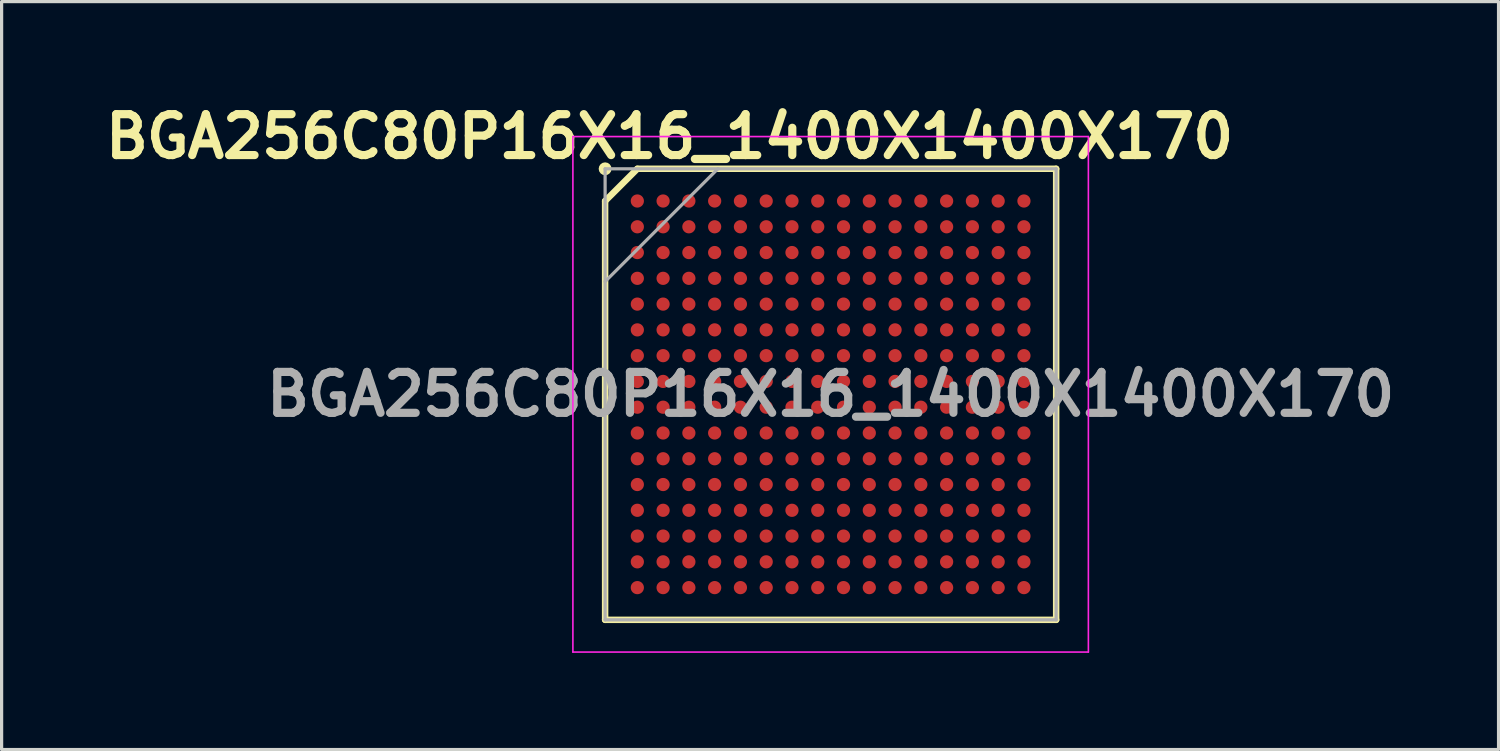
<source format=kicad_pcb>
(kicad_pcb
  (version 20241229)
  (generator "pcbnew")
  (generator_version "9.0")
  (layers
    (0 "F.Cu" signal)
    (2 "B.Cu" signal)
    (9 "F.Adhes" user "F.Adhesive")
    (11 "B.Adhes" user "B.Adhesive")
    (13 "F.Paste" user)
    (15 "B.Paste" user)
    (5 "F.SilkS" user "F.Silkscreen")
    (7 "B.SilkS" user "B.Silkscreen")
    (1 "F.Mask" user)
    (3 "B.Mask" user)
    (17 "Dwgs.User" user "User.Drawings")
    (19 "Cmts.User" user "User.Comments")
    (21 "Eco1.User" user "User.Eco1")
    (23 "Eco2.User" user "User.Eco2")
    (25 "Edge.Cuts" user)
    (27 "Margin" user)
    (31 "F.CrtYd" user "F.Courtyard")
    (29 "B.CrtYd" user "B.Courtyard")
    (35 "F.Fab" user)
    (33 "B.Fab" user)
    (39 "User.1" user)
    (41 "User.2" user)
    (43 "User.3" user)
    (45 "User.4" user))
  (footprint "BGA256C80P16X16_1400X1400X170"
    (layer "F.Cu")
    (at 22.732 9.189)
    (property "Reference" "BGA256C80P16X16_1400X1400X170" (at -5 -8 0) (layer "F.SilkS") (effects (font (size 1.27 1.27) (thickness 0.254))))
    (attr smd)
    (fp_line (start -7 -6) (end -6 -7) (stroke (width 0.2) (type solid)) (layer "F.SilkS"))
    (fp_line (start -7 7) (end -7 -6) (stroke (width 0.2) (type solid)) (layer "F.SilkS"))
    (fp_line (start -6 -7) (end 7 -7) (stroke (width 0.2) (type solid)) (layer "F.SilkS"))
    (fp_line (start 7 -7) (end 7 7) (stroke (width 0.2) (type solid)) (layer "F.SilkS"))
    (fp_line (start 7 7) (end -7 7) (stroke (width 0.2) (type solid)) (layer "F.SilkS"))
    (fp_circle (center -7 -7) (end -7 -6.9) (stroke (width 0.2) (type solid)) (fill no) (layer "F.SilkS"))
    (fp_line (start -8 -8) (end 8 -8) (stroke (width 0.05) (type solid)) (layer "F.CrtYd"))
    (fp_line (start -8 8) (end -8 -8) (stroke (width 0.05) (type solid)) (layer "F.CrtYd"))
    (fp_line (start 8 -8) (end 8 8) (stroke (width 0.05) (type solid)) (layer "F.CrtYd"))
    (fp_line (start 8 8) (end -8 8) (stroke (width 0.05) (type solid)) (layer "F.CrtYd"))
    (fp_line (start -7 -7) (end 7 -7) (stroke (width 0.1) (type solid)) (layer "F.Fab"))
    (fp_line (start -7 -3.5) (end -3.5 -7) (stroke (width 0.1) (type solid)) (layer "F.Fab"))
    (fp_line (start -7 7) (end -7 -7) (stroke (width 0.1) (type solid)) (layer "F.Fab"))
    (fp_line (start 7 -7) (end 7 7) (stroke (width 0.1) (type solid)) (layer "F.Fab"))
    (fp_line (start 7 7) (end -7 7) (stroke (width 0.1) (type solid)) (layer "F.Fab"))
    (fp_text user "${REFERENCE}" (at 0 0 0) (layer "F.Fab") (effects (font (size 1.27 1.27) (thickness 0.254))))
    (pad "A1" smd circle (at -6 -6 90) (size 0.41 0.41) (layers "F.Cu" "F.Mask" "F.Paste"))
    (pad "A2" smd circle (at -5.2 -6 90) (size 0.41 0.41) (layers "F.Cu" "F.Mask" "F.Paste"))
    (pad "A3" smd circle (at -4.4 -6 90) (size 0.41 0.41) (layers "F.Cu" "F.Mask" "F.Paste"))
    (pad "A4" smd circle (at -3.6 -6 90) (size 0.41 0.41) (layers "F.Cu" "F.Mask" "F.Paste"))
    (pad "A5" smd circle (at -2.8 -6 90) (size 0.41 0.41) (layers "F.Cu" "F.Mask" "F.Paste"))
    (pad "A6" smd circle (at -2 -6 90) (size 0.41 0.41) (layers "F.Cu" "F.Mask" "F.Paste"))
    (pad "A7" smd circle (at -1.2 -6 90) (size 0.41 0.41) (layers "F.Cu" "F.Mask" "F.Paste"))
    (pad "A8" smd circle (at -0.4 -6 90) (size 0.41 0.41) (layers "F.Cu" "F.Mask" "F.Paste"))
    (pad "A9" smd circle (at 0.4 -6 90) (size 0.41 0.41) (layers "F.Cu" "F.Mask" "F.Paste"))
    (pad "A10" smd circle (at 1.2 -6 90) (size 0.41 0.41) (layers "F.Cu" "F.Mask" "F.Paste"))
    (pad "A11" smd circle (at 2 -6 90) (size 0.41 0.41) (layers "F.Cu" "F.Mask" "F.Paste"))
    (pad "A12" smd circle (at 2.8 -6 90) (size 0.41 0.41) (layers "F.Cu" "F.Mask" "F.Paste"))
    (pad "A13" smd circle (at 3.6 -6 90) (size 0.41 0.41) (layers "F.Cu" "F.Mask" "F.Paste"))
    (pad "A14" smd circle (at 4.4 -6 90) (size 0.41 0.41) (layers "F.Cu" "F.Mask" "F.Paste"))
    (pad "A15" smd circle (at 5.2 -6 90) (size 0.41 0.41) (layers "F.Cu" "F.Mask" "F.Paste"))
    (pad "A16" smd circle (at 6 -6 90) (size 0.41 0.41) (layers "F.Cu" "F.Mask" "F.Paste"))
    (pad "B1" smd circle (at -6 -5.2 90) (size 0.41 0.41) (layers "F.Cu" "F.Mask" "F.Paste"))
    (pad "B2" smd circle (at -5.2 -5.2 90) (size 0.41 0.41) (layers "F.Cu" "F.Mask" "F.Paste"))
    (pad "B3" smd circle (at -4.4 -5.2 90) (size 0.41 0.41) (layers "F.Cu" "F.Mask" "F.Paste"))
    (pad "B4" smd circle (at -3.6 -5.2 90) (size 0.41 0.41) (layers "F.Cu" "F.Mask" "F.Paste"))
    (pad "B5" smd circle (at -2.8 -5.2 90) (size 0.41 0.41) (layers "F.Cu" "F.Mask" "F.Paste"))
    (pad "B6" smd circle (at -2 -5.2 90) (size 0.41 0.41) (layers "F.Cu" "F.Mask" "F.Paste"))
    (pad "B7" smd circle (at -1.2 -5.2 90) (size 0.41 0.41) (layers "F.Cu" "F.Mask" "F.Paste"))
    (pad "B8" smd circle (at -0.4 -5.2 90) (size 0.41 0.41) (layers "F.Cu" "F.Mask" "F.Paste"))
    (pad "B9" smd circle (at 0.4 -5.2 90) (size 0.41 0.41) (layers "F.Cu" "F.Mask" "F.Paste"))
    (pad "B10" smd circle (at 1.2 -5.2 90) (size 0.41 0.41) (layers "F.Cu" "F.Mask" "F.Paste"))
    (pad "B11" smd circle (at 2 -5.2 90) (size 0.41 0.41) (layers "F.Cu" "F.Mask" "F.Paste"))
    (pad "B12" smd circle (at 2.8 -5.2 90) (size 0.41 0.41) (layers "F.Cu" "F.Mask" "F.Paste"))
    (pad "B13" smd circle (at 3.6 -5.2 90) (size 0.41 0.41) (layers "F.Cu" "F.Mask" "F.Paste"))
    (pad "B14" smd circle (at 4.4 -5.2 90) (size 0.41 0.41) (layers "F.Cu" "F.Mask" "F.Paste"))
    (pad "B15" smd circle (at 5.2 -5.2 90) (size 0.41 0.41) (layers "F.Cu" "F.Mask" "F.Paste"))
    (pad "B16" smd circle (at 6 -5.2 90) (size 0.41 0.41) (layers "F.Cu" "F.Mask" "F.Paste"))
    (pad "C1" smd circle (at -6 -4.4 90) (size 0.41 0.41) (layers "F.Cu" "F.Mask" "F.Paste"))
    (pad "C2" smd circle (at -5.2 -4.4 90) (size 0.41 0.41) (layers "F.Cu" "F.Mask" "F.Paste"))
    (pad "C3" smd circle (at -4.4 -4.4 90) (size 0.41 0.41) (layers "F.Cu" "F.Mask" "F.Paste"))
    (pad "C4" smd circle (at -3.6 -4.4 90) (size 0.41 0.41) (layers "F.Cu" "F.Mask" "F.Paste"))
    (pad "C5" smd circle (at -2.8 -4.4 90) (size 0.41 0.41) (layers "F.Cu" "F.Mask" "F.Paste"))
    (pad "C6" smd circle (at -2 -4.4 90) (size 0.41 0.41) (layers "F.Cu" "F.Mask" "F.Paste"))
    (pad "C7" smd circle (at -1.2 -4.4 90) (size 0.41 0.41) (layers "F.Cu" "F.Mask" "F.Paste"))
    (pad "C8" smd circle (at -0.4 -4.4 90) (size 0.41 0.41) (layers "F.Cu" "F.Mask" "F.Paste"))
    (pad "C9" smd circle (at 0.4 -4.4 90) (size 0.41 0.41) (layers "F.Cu" "F.Mask" "F.Paste"))
    (pad "C10" smd circle (at 1.2 -4.4 90) (size 0.41 0.41) (layers "F.Cu" "F.Mask" "F.Paste"))
    (pad "C11" smd circle (at 2 -4.4 90) (size 0.41 0.41) (layers "F.Cu" "F.Mask" "F.Paste"))
    (pad "C12" smd circle (at 2.8 -4.4 90) (size 0.41 0.41) (layers "F.Cu" "F.Mask" "F.Paste"))
    (pad "C13" smd circle (at 3.6 -4.4 90) (size 0.41 0.41) (layers "F.Cu" "F.Mask" "F.Paste"))
    (pad "C14" smd circle (at 4.4 -4.4 90) (size 0.41 0.41) (layers "F.Cu" "F.Mask" "F.Paste"))
    (pad "C15" smd circle (at 5.2 -4.4 90) (size 0.41 0.41) (layers "F.Cu" "F.Mask" "F.Paste"))
    (pad "C16" smd circle (at 6 -4.4 90) (size 0.41 0.41) (layers "F.Cu" "F.Mask" "F.Paste"))
    (pad "D1" smd circle (at -6 -3.6 90) (size 0.41 0.41) (layers "F.Cu" "F.Mask" "F.Paste"))
    (pad "D2" smd circle (at -5.2 -3.6 90) (size 0.41 0.41) (layers "F.Cu" "F.Mask" "F.Paste"))
    (pad "D3" smd circle (at -4.4 -3.6 90) (size 0.41 0.41) (layers "F.Cu" "F.Mask" "F.Paste"))
    (pad "D4" smd circle (at -3.6 -3.6 90) (size 0.41 0.41) (layers "F.Cu" "F.Mask" "F.Paste"))
    (pad "D5" smd circle (at -2.8 -3.6 90) (size 0.41 0.41) (layers "F.Cu" "F.Mask" "F.Paste"))
    (pad "D6" smd circle (at -2 -3.6 90) (size 0.41 0.41) (layers "F.Cu" "F.Mask" "F.Paste"))
    (pad "D7" smd circle (at -1.2 -3.6 90) (size 0.41 0.41) (layers "F.Cu" "F.Mask" "F.Paste"))
    (pad "D8" smd circle (at -0.4 -3.6 90) (size 0.41 0.41) (layers "F.Cu" "F.Mask" "F.Paste"))
    (pad "D9" smd circle (at 0.4 -3.6 90) (size 0.41 0.41) (layers "F.Cu" "F.Mask" "F.Paste"))
    (pad "D10" smd circle (at 1.2 -3.6 90) (size 0.41 0.41) (layers "F.Cu" "F.Mask" "F.Paste"))
    (pad "D11" smd circle (at 2 -3.6 90) (size 0.41 0.41) (layers "F.Cu" "F.Mask" "F.Paste"))
    (pad "D12" smd circle (at 2.8 -3.6 90) (size 0.41 0.41) (layers "F.Cu" "F.Mask" "F.Paste"))
    (pad "D13" smd circle (at 3.6 -3.6 90) (size 0.41 0.41) (layers "F.Cu" "F.Mask" "F.Paste"))
    (pad "D14" smd circle (at 4.4 -3.6 90) (size 0.41 0.41) (layers "F.Cu" "F.Mask" "F.Paste"))
    (pad "D15" smd circle (at 5.2 -3.6 90) (size 0.41 0.41) (layers "F.Cu" "F.Mask" "F.Paste"))
    (pad "D16" smd circle (at 6 -3.6 90) (size 0.41 0.41) (layers "F.Cu" "F.Mask" "F.Paste"))
    (pad "E1" smd circle (at -6 -2.8 90) (size 0.41 0.41) (layers "F.Cu" "F.Mask" "F.Paste"))
    (pad "E2" smd circle (at -5.2 -2.8 90) (size 0.41 0.41) (layers "F.Cu" "F.Mask" "F.Paste"))
    (pad "E3" smd circle (at -4.4 -2.8 90) (size 0.41 0.41) (layers "F.Cu" "F.Mask" "F.Paste"))
    (pad "E4" smd circle (at -3.6 -2.8 90) (size 0.41 0.41) (layers "F.Cu" "F.Mask" "F.Paste"))
    (pad "E5" smd circle (at -2.8 -2.8 90) (size 0.41 0.41) (layers "F.Cu" "F.Mask" "F.Paste"))
    (pad "E6" smd circle (at -2 -2.8 90) (size 0.41 0.41) (layers "F.Cu" "F.Mask" "F.Paste"))
    (pad "E7" smd circle (at -1.2 -2.8 90) (size 0.41 0.41) (layers "F.Cu" "F.Mask" "F.Paste"))
    (pad "E8" smd circle (at -0.4 -2.8 90) (size 0.41 0.41) (layers "F.Cu" "F.Mask" "F.Paste"))
    (pad "E9" smd circle (at 0.4 -2.8 90) (size 0.41 0.41) (layers "F.Cu" "F.Mask" "F.Paste"))
    (pad "E10" smd circle (at 1.2 -2.8 90) (size 0.41 0.41) (layers "F.Cu" "F.Mask" "F.Paste"))
    (pad "E11" smd circle (at 2 -2.8 90) (size 0.41 0.41) (layers "F.Cu" "F.Mask" "F.Paste"))
    (pad "E12" smd circle (at 2.8 -2.8 90) (size 0.41 0.41) (layers "F.Cu" "F.Mask" "F.Paste"))
    (pad "E13" smd circle (at 3.6 -2.8 90) (size 0.41 0.41) (layers "F.Cu" "F.Mask" "F.Paste"))
    (pad "E14" smd circle (at 4.4 -2.8 90) (size 0.41 0.41) (layers "F.Cu" "F.Mask" "F.Paste"))
    (pad "E15" smd circle (at 5.2 -2.8 90) (size 0.41 0.41) (layers "F.Cu" "F.Mask" "F.Paste"))
    (pad "E16" smd circle (at 6 -2.8 90) (size 0.41 0.41) (layers "F.Cu" "F.Mask" "F.Paste"))
    (pad "F1" smd circle (at -6 -2 90) (size 0.41 0.41) (layers "F.Cu" "F.Mask" "F.Paste"))
    (pad "F2" smd circle (at -5.2 -2 90) (size 0.41 0.41) (layers "F.Cu" "F.Mask" "F.Paste"))
    (pad "F3" smd circle (at -4.4 -2 90) (size 0.41 0.41) (layers "F.Cu" "F.Mask" "F.Paste"))
    (pad "F4" smd circle (at -3.6 -2 90) (size 0.41 0.41) (layers "F.Cu" "F.Mask" "F.Paste"))
    (pad "F5" smd circle (at -2.8 -2 90) (size 0.41 0.41) (layers "F.Cu" "F.Mask" "F.Paste"))
    (pad "F6" smd circle (at -2 -2 90) (size 0.41 0.41) (layers "F.Cu" "F.Mask" "F.Paste"))
    (pad "F7" smd circle (at -1.2 -2 90) (size 0.41 0.41) (layers "F.Cu" "F.Mask" "F.Paste"))
    (pad "F8" smd circle (at -0.4 -2 90) (size 0.41 0.41) (layers "F.Cu" "F.Mask" "F.Paste"))
    (pad "F9" smd circle (at 0.4 -2 90) (size 0.41 0.41) (layers "F.Cu" "F.Mask" "F.Paste"))
    (pad "F10" smd circle (at 1.2 -2 90) (size 0.41 0.41) (layers "F.Cu" "F.Mask" "F.Paste"))
    (pad "F11" smd circle (at 2 -2 90) (size 0.41 0.41) (layers "F.Cu" "F.Mask" "F.Paste"))
    (pad "F12" smd circle (at 2.8 -2 90) (size 0.41 0.41) (layers "F.Cu" "F.Mask" "F.Paste"))
    (pad "F13" smd circle (at 3.6 -2 90) (size 0.41 0.41) (layers "F.Cu" "F.Mask" "F.Paste"))
    (pad "F14" smd circle (at 4.4 -2 90) (size 0.41 0.41) (layers "F.Cu" "F.Mask" "F.Paste"))
    (pad "F15" smd circle (at 5.2 -2 90) (size 0.41 0.41) (layers "F.Cu" "F.Mask" "F.Paste"))
    (pad "F16" smd circle (at 6 -2 90) (size 0.41 0.41) (layers "F.Cu" "F.Mask" "F.Paste"))
    (pad "G1" smd circle (at -6 -1.2 90) (size 0.41 0.41) (layers "F.Cu" "F.Mask" "F.Paste"))
    (pad "G2" smd circle (at -5.2 -1.2 90) (size 0.41 0.41) (layers "F.Cu" "F.Mask" "F.Paste"))
    (pad "G3" smd circle (at -4.4 -1.2 90) (size 0.41 0.41) (layers "F.Cu" "F.Mask" "F.Paste"))
    (pad "G4" smd circle (at -3.6 -1.2 90) (size 0.41 0.41) (layers "F.Cu" "F.Mask" "F.Paste"))
    (pad "G5" smd circle (at -2.8 -1.2 90) (size 0.41 0.41) (layers "F.Cu" "F.Mask" "F.Paste"))
    (pad "G6" smd circle (at -2 -1.2 90) (size 0.41 0.41) (layers "F.Cu" "F.Mask" "F.Paste"))
    (pad "G7" smd circle (at -1.2 -1.2 90) (size 0.41 0.41) (layers "F.Cu" "F.Mask" "F.Paste"))
    (pad "G8" smd circle (at -0.4 -1.2 90) (size 0.41 0.41) (layers "F.Cu" "F.Mask" "F.Paste"))
    (pad "G9" smd circle (at 0.4 -1.2 90) (size 0.41 0.41) (layers "F.Cu" "F.Mask" "F.Paste"))
    (pad "G10" smd circle (at 1.2 -1.2 90) (size 0.41 0.41) (layers "F.Cu" "F.Mask" "F.Paste"))
    (pad "G11" smd circle (at 2 -1.2 90) (size 0.41 0.41) (layers "F.Cu" "F.Mask" "F.Paste"))
    (pad "G12" smd circle (at 2.8 -1.2 90) (size 0.41 0.41) (layers "F.Cu" "F.Mask" "F.Paste"))
    (pad "G13" smd circle (at 3.6 -1.2 90) (size 0.41 0.41) (layers "F.Cu" "F.Mask" "F.Paste"))
    (pad "G14" smd circle (at 4.4 -1.2 90) (size 0.41 0.41) (layers "F.Cu" "F.Mask" "F.Paste"))
    (pad "G15" smd circle (at 5.2 -1.2 90) (size 0.41 0.41) (layers "F.Cu" "F.Mask" "F.Paste"))
    (pad "G16" smd circle (at 6 -1.2 90) (size 0.41 0.41) (layers "F.Cu" "F.Mask" "F.Paste"))
    (pad "H1" smd circle (at -6 -0.4 90) (size 0.41 0.41) (layers "F.Cu" "F.Mask" "F.Paste"))
    (pad "H2" smd circle (at -5.2 -0.4 90) (size 0.41 0.41) (layers "F.Cu" "F.Mask" "F.Paste"))
    (pad "H3" smd circle (at -4.4 -0.4 90) (size 0.41 0.41) (layers "F.Cu" "F.Mask" "F.Paste"))
    (pad "H4" smd circle (at -3.6 -0.4 90) (size 0.41 0.41) (layers "F.Cu" "F.Mask" "F.Paste"))
    (pad "H5" smd circle (at -2.8 -0.4 90) (size 0.41 0.41) (layers "F.Cu" "F.Mask" "F.Paste"))
    (pad "H6" smd circle (at -2 -0.4 90) (size 0.41 0.41) (layers "F.Cu" "F.Mask" "F.Paste"))
    (pad "H7" smd circle (at -1.2 -0.4 90) (size 0.41 0.41) (layers "F.Cu" "F.Mask" "F.Paste"))
    (pad "H8" smd circle (at -0.4 -0.4 90) (size 0.41 0.41) (layers "F.Cu" "F.Mask" "F.Paste"))
    (pad "H9" smd circle (at 0.4 -0.4 90) (size 0.41 0.41) (layers "F.Cu" "F.Mask" "F.Paste"))
    (pad "H10" smd circle (at 1.2 -0.4 90) (size 0.41 0.41) (layers "F.Cu" "F.Mask" "F.Paste"))
    (pad "H11" smd circle (at 2 -0.4 90) (size 0.41 0.41) (layers "F.Cu" "F.Mask" "F.Paste"))
    (pad "H12" smd circle (at 2.8 -0.4 90) (size 0.41 0.41) (layers "F.Cu" "F.Mask" "F.Paste"))
    (pad "H13" smd circle (at 3.6 -0.4 90) (size 0.41 0.41) (layers "F.Cu" "F.Mask" "F.Paste"))
    (pad "H14" smd circle (at 4.4 -0.4 90) (size 0.41 0.41) (layers "F.Cu" "F.Mask" "F.Paste"))
    (pad "H15" smd circle (at 5.2 -0.4 90) (size 0.41 0.41) (layers "F.Cu" "F.Mask" "F.Paste"))
    (pad "H16" smd circle (at 6 -0.4 90) (size 0.41 0.41) (layers "F.Cu" "F.Mask" "F.Paste"))
    (pad "J1" smd circle (at -6 0.4 90) (size 0.41 0.41) (layers "F.Cu" "F.Mask" "F.Paste"))
    (pad "J2" smd circle (at -5.2 0.4 90) (size 0.41 0.41) (layers "F.Cu" "F.Mask" "F.Paste"))
    (pad "J3" smd circle (at -4.4 0.4 90) (size 0.41 0.41) (layers "F.Cu" "F.Mask" "F.Paste"))
    (pad "J4" smd circle (at -3.6 0.4 90) (size 0.41 0.41) (layers "F.Cu" "F.Mask" "F.Paste"))
    (pad "J5" smd circle (at -2.8 0.4 90) (size 0.41 0.41) (layers "F.Cu" "F.Mask" "F.Paste"))
    (pad "J6" smd circle (at -2 0.4 90) (size 0.41 0.41) (layers "F.Cu" "F.Mask" "F.Paste"))
    (pad "J7" smd circle (at -1.2 0.4 90) (size 0.41 0.41) (layers "F.Cu" "F.Mask" "F.Paste"))
    (pad "J8" smd circle (at -0.4 0.4 90) (size 0.41 0.41) (layers "F.Cu" "F.Mask" "F.Paste"))
    (pad "J9" smd circle (at 0.4 0.4 90) (size 0.41 0.41) (layers "F.Cu" "F.Mask" "F.Paste"))
    (pad "J10" smd circle (at 1.2 0.4 90) (size 0.41 0.41) (layers "F.Cu" "F.Mask" "F.Paste"))
    (pad "J11" smd circle (at 2 0.4 90) (size 0.41 0.41) (layers "F.Cu" "F.Mask" "F.Paste"))
    (pad "J12" smd circle (at 2.8 0.4 90) (size 0.41 0.41) (layers "F.Cu" "F.Mask" "F.Paste"))
    (pad "J13" smd circle (at 3.6 0.4 90) (size 0.41 0.41) (layers "F.Cu" "F.Mask" "F.Paste"))
    (pad "J14" smd circle (at 4.4 0.4 90) (size 0.41 0.41) (layers "F.Cu" "F.Mask" "F.Paste"))
    (pad "J15" smd circle (at 5.2 0.4 90) (size 0.41 0.41) (layers "F.Cu" "F.Mask" "F.Paste"))
    (pad "J16" smd circle (at 6 0.4 90) (size 0.41 0.41) (layers "F.Cu" "F.Mask" "F.Paste"))
    (pad "K1" smd circle (at -6 1.2 90) (size 0.41 0.41) (layers "F.Cu" "F.Mask" "F.Paste"))
    (pad "K2" smd circle (at -5.2 1.2 90) (size 0.41 0.41) (layers "F.Cu" "F.Mask" "F.Paste"))
    (pad "K3" smd circle (at -4.4 1.2 90) (size 0.41 0.41) (layers "F.Cu" "F.Mask" "F.Paste"))
    (pad "K4" smd circle (at -3.6 1.2 90) (size 0.41 0.41) (layers "F.Cu" "F.Mask" "F.Paste"))
    (pad "K5" smd circle (at -2.8 1.2 90) (size 0.41 0.41) (layers "F.Cu" "F.Mask" "F.Paste"))
    (pad "K6" smd circle (at -2 1.2 90) (size 0.41 0.41) (layers "F.Cu" "F.Mask" "F.Paste"))
    (pad "K7" smd circle (at -1.2 1.2 90) (size 0.41 0.41) (layers "F.Cu" "F.Mask" "F.Paste"))
    (pad "K8" smd circle (at -0.4 1.2 90) (size 0.41 0.41) (layers "F.Cu" "F.Mask" "F.Paste"))
    (pad "K9" smd circle (at 0.4 1.2 90) (size 0.41 0.41) (layers "F.Cu" "F.Mask" "F.Paste"))
    (pad "K10" smd circle (at 1.2 1.2 90) (size 0.41 0.41) (layers "F.Cu" "F.Mask" "F.Paste"))
    (pad "K11" smd circle (at 2 1.2 90) (size 0.41 0.41) (layers "F.Cu" "F.Mask" "F.Paste"))
    (pad "K12" smd circle (at 2.8 1.2 90) (size 0.41 0.41) (layers "F.Cu" "F.Mask" "F.Paste"))
    (pad "K13" smd circle (at 3.6 1.2 90) (size 0.41 0.41) (layers "F.Cu" "F.Mask" "F.Paste"))
    (pad "K14" smd circle (at 4.4 1.2 90) (size 0.41 0.41) (layers "F.Cu" "F.Mask" "F.Paste"))
    (pad "K15" smd circle (at 5.2 1.2 90) (size 0.41 0.41) (layers "F.Cu" "F.Mask" "F.Paste"))
    (pad "K16" smd circle (at 6 1.2 90) (size 0.41 0.41) (layers "F.Cu" "F.Mask" "F.Paste"))
    (pad "L1" smd circle (at -6 2 90) (size 0.41 0.41) (layers "F.Cu" "F.Mask" "F.Paste"))
    (pad "L2" smd circle (at -5.2 2 90) (size 0.41 0.41) (layers "F.Cu" "F.Mask" "F.Paste"))
    (pad "L3" smd circle (at -4.4 2 90) (size 0.41 0.41) (layers "F.Cu" "F.Mask" "F.Paste"))
    (pad "L4" smd circle (at -3.6 2 90) (size 0.41 0.41) (layers "F.Cu" "F.Mask" "F.Paste"))
    (pad "L5" smd circle (at -2.8 2 90) (size 0.41 0.41) (layers "F.Cu" "F.Mask" "F.Paste"))
    (pad "L6" smd circle (at -2 2 90) (size 0.41 0.41) (layers "F.Cu" "F.Mask" "F.Paste"))
    (pad "L7" smd circle (at -1.2 2 90) (size 0.41 0.41) (layers "F.Cu" "F.Mask" "F.Paste"))
    (pad "L8" smd circle (at -0.4 2 90) (size 0.41 0.41) (layers "F.Cu" "F.Mask" "F.Paste"))
    (pad "L9" smd circle (at 0.4 2 90) (size 0.41 0.41) (layers "F.Cu" "F.Mask" "F.Paste"))
    (pad "L10" smd circle (at 1.2 2 90) (size 0.41 0.41) (layers "F.Cu" "F.Mask" "F.Paste"))
    (pad "L11" smd circle (at 2 2 90) (size 0.41 0.41) (layers "F.Cu" "F.Mask" "F.Paste"))
    (pad "L12" smd circle (at 2.8 2 90) (size 0.41 0.41) (layers "F.Cu" "F.Mask" "F.Paste"))
    (pad "L13" smd circle (at 3.6 2 90) (size 0.41 0.41) (layers "F.Cu" "F.Mask" "F.Paste"))
    (pad "L14" smd circle (at 4.4 2 90) (size 0.41 0.41) (layers "F.Cu" "F.Mask" "F.Paste"))
    (pad "L15" smd circle (at 5.2 2 90) (size 0.41 0.41) (layers "F.Cu" "F.Mask" "F.Paste"))
    (pad "L16" smd circle (at 6 2 90) (size 0.41 0.41) (layers "F.Cu" "F.Mask" "F.Paste"))
    (pad "M1" smd circle (at -6 2.8 90) (size 0.41 0.41) (layers "F.Cu" "F.Mask" "F.Paste"))
    (pad "M2" smd circle (at -5.2 2.8 90) (size 0.41 0.41) (layers "F.Cu" "F.Mask" "F.Paste"))
    (pad "M3" smd circle (at -4.4 2.8 90) (size 0.41 0.41) (layers "F.Cu" "F.Mask" "F.Paste"))
    (pad "M4" smd circle (at -3.6 2.8 90) (size 0.41 0.41) (layers "F.Cu" "F.Mask" "F.Paste"))
    (pad "M5" smd circle (at -2.8 2.8 90) (size 0.41 0.41) (layers "F.Cu" "F.Mask" "F.Paste"))
    (pad "M6" smd circle (at -2 2.8 90) (size 0.41 0.41) (layers "F.Cu" "F.Mask" "F.Paste"))
    (pad "M7" smd circle (at -1.2 2.8 90) (size 0.41 0.41) (layers "F.Cu" "F.Mask" "F.Paste"))
    (pad "M8" smd circle (at -0.4 2.8 90) (size 0.41 0.41) (layers "F.Cu" "F.Mask" "F.Paste"))
    (pad "M9" smd circle (at 0.4 2.8 90) (size 0.41 0.41) (layers "F.Cu" "F.Mask" "F.Paste"))
    (pad "M10" smd circle (at 1.2 2.8 90) (size 0.41 0.41) (layers "F.Cu" "F.Mask" "F.Paste"))
    (pad "M11" smd circle (at 2 2.8 90) (size 0.41 0.41) (layers "F.Cu" "F.Mask" "F.Paste"))
    (pad "M12" smd circle (at 2.8 2.8 90) (size 0.41 0.41) (layers "F.Cu" "F.Mask" "F.Paste"))
    (pad "M13" smd circle (at 3.6 2.8 90) (size 0.41 0.41) (layers "F.Cu" "F.Mask" "F.Paste"))
    (pad "M14" smd circle (at 4.4 2.8 90) (size 0.41 0.41) (layers "F.Cu" "F.Mask" "F.Paste"))
    (pad "M15" smd circle (at 5.2 2.8 90) (size 0.41 0.41) (layers "F.Cu" "F.Mask" "F.Paste"))
    (pad "M16" smd circle (at 6 2.8 90) (size 0.41 0.41) (layers "F.Cu" "F.Mask" "F.Paste"))
    (pad "N1" smd circle (at -6 3.6 90) (size 0.41 0.41) (layers "F.Cu" "F.Mask" "F.Paste"))
    (pad "N2" smd circle (at -5.2 3.6 90) (size 0.41 0.41) (layers "F.Cu" "F.Mask" "F.Paste"))
    (pad "N3" smd circle (at -4.4 3.6 90) (size 0.41 0.41) (layers "F.Cu" "F.Mask" "F.Paste"))
    (pad "N4" smd circle (at -3.6 3.6 90) (size 0.41 0.41) (layers "F.Cu" "F.Mask" "F.Paste"))
    (pad "N5" smd circle (at -2.8 3.6 90) (size 0.41 0.41) (layers "F.Cu" "F.Mask" "F.Paste"))
    (pad "N6" smd circle (at -2 3.6 90) (size 0.41 0.41) (layers "F.Cu" "F.Mask" "F.Paste"))
    (pad "N7" smd circle (at -1.2 3.6 90) (size 0.41 0.41) (layers "F.Cu" "F.Mask" "F.Paste"))
    (pad "N8" smd circle (at -0.4 3.6 90) (size 0.41 0.41) (layers "F.Cu" "F.Mask" "F.Paste"))
    (pad "N9" smd circle (at 0.4 3.6 90) (size 0.41 0.41) (layers "F.Cu" "F.Mask" "F.Paste"))
    (pad "N10" smd circle (at 1.2 3.6 90) (size 0.41 0.41) (layers "F.Cu" "F.Mask" "F.Paste"))
    (pad "N11" smd circle (at 2 3.6 90) (size 0.41 0.41) (layers "F.Cu" "F.Mask" "F.Paste"))
    (pad "N12" smd circle (at 2.8 3.6 90) (size 0.41 0.41) (layers "F.Cu" "F.Mask" "F.Paste"))
    (pad "N13" smd circle (at 3.6 3.6 90) (size 0.41 0.41) (layers "F.Cu" "F.Mask" "F.Paste"))
    (pad "N14" smd circle (at 4.4 3.6 90) (size 0.41 0.41) (layers "F.Cu" "F.Mask" "F.Paste"))
    (pad "N15" smd circle (at 5.2 3.6 90) (size 0.41 0.41) (layers "F.Cu" "F.Mask" "F.Paste"))
    (pad "N16" smd circle (at 6 3.6 90) (size 0.41 0.41) (layers "F.Cu" "F.Mask" "F.Paste"))
    (pad "P1" smd circle (at -6 4.4 90) (size 0.41 0.41) (layers "F.Cu" "F.Mask" "F.Paste"))
    (pad "P2" smd circle (at -5.2 4.4 90) (size 0.41 0.41) (layers "F.Cu" "F.Mask" "F.Paste"))
    (pad "P3" smd circle (at -4.4 4.4 90) (size 0.41 0.41) (layers "F.Cu" "F.Mask" "F.Paste"))
    (pad "P4" smd circle (at -3.6 4.4 90) (size 0.41 0.41) (layers "F.Cu" "F.Mask" "F.Paste"))
    (pad "P5" smd circle (at -2.8 4.4 90) (size 0.41 0.41) (layers "F.Cu" "F.Mask" "F.Paste"))
    (pad "P6" smd circle (at -2 4.4 90) (size 0.41 0.41) (layers "F.Cu" "F.Mask" "F.Paste"))
    (pad "P7" smd circle (at -1.2 4.4 90) (size 0.41 0.41) (layers "F.Cu" "F.Mask" "F.Paste"))
    (pad "P8" smd circle (at -0.4 4.4 90) (size 0.41 0.41) (layers "F.Cu" "F.Mask" "F.Paste"))
    (pad "P9" smd circle (at 0.4 4.4 90) (size 0.41 0.41) (layers "F.Cu" "F.Mask" "F.Paste"))
    (pad "P10" smd circle (at 1.2 4.4 90) (size 0.41 0.41) (layers "F.Cu" "F.Mask" "F.Paste"))
    (pad "P11" smd circle (at 2 4.4 90) (size 0.41 0.41) (layers "F.Cu" "F.Mask" "F.Paste"))
    (pad "P12" smd circle (at 2.8 4.4 90) (size 0.41 0.41) (layers "F.Cu" "F.Mask" "F.Paste"))
    (pad "P13" smd circle (at 3.6 4.4 90) (size 0.41 0.41) (layers "F.Cu" "F.Mask" "F.Paste"))
    (pad "P14" smd circle (at 4.4 4.4 90) (size 0.41 0.41) (layers "F.Cu" "F.Mask" "F.Paste"))
    (pad "P15" smd circle (at 5.2 4.4 90) (size 0.41 0.41) (layers "F.Cu" "F.Mask" "F.Paste"))
    (pad "P16" smd circle (at 6 4.4 90) (size 0.41 0.41) (layers "F.Cu" "F.Mask" "F.Paste"))
    (pad "R1" smd circle (at -6 5.2 90) (size 0.41 0.41) (layers "F.Cu" "F.Mask" "F.Paste"))
    (pad "R2" smd circle (at -5.2 5.2 90) (size 0.41 0.41) (layers "F.Cu" "F.Mask" "F.Paste"))
    (pad "R3" smd circle (at -4.4 5.2 90) (size 0.41 0.41) (layers "F.Cu" "F.Mask" "F.Paste"))
    (pad "R4" smd circle (at -3.6 5.2 90) (size 0.41 0.41) (layers "F.Cu" "F.Mask" "F.Paste"))
    (pad "R5" smd circle (at -2.8 5.2 90) (size 0.41 0.41) (layers "F.Cu" "F.Mask" "F.Paste"))
    (pad "R6" smd circle (at -2 5.2 90) (size 0.41 0.41) (layers "F.Cu" "F.Mask" "F.Paste"))
    (pad "R7" smd circle (at -1.2 5.2 90) (size 0.41 0.41) (layers "F.Cu" "F.Mask" "F.Paste"))
    (pad "R8" smd circle (at -0.4 5.2 90) (size 0.41 0.41) (layers "F.Cu" "F.Mask" "F.Paste"))
    (pad "R9" smd circle (at 0.4 5.2 90) (size 0.41 0.41) (layers "F.Cu" "F.Mask" "F.Paste"))
    (pad "R10" smd circle (at 1.2 5.2 90) (size 0.41 0.41) (layers "F.Cu" "F.Mask" "F.Paste"))
    (pad "R11" smd circle (at 2 5.2 90) (size 0.41 0.41) (layers "F.Cu" "F.Mask" "F.Paste"))
    (pad "R12" smd circle (at 2.8 5.2 90) (size 0.41 0.41) (layers "F.Cu" "F.Mask" "F.Paste"))
    (pad "R13" smd circle (at 3.6 5.2 90) (size 0.41 0.41) (layers "F.Cu" "F.Mask" "F.Paste"))
    (pad "R14" smd circle (at 4.4 5.2 90) (size 0.41 0.41) (layers "F.Cu" "F.Mask" "F.Paste"))
    (pad "R15" smd circle (at 5.2 5.2 90) (size 0.41 0.41) (layers "F.Cu" "F.Mask" "F.Paste"))
    (pad "R16" smd circle (at 6 5.2 90) (size 0.41 0.41) (layers "F.Cu" "F.Mask" "F.Paste"))
    (pad "T1" smd circle (at -6 6 90) (size 0.41 0.41) (layers "F.Cu" "F.Mask" "F.Paste"))
    (pad "T2" smd circle (at -5.2 6 90) (size 0.41 0.41) (layers "F.Cu" "F.Mask" "F.Paste"))
    (pad "T3" smd circle (at -4.4 6 90) (size 0.41 0.41) (layers "F.Cu" "F.Mask" "F.Paste"))
    (pad "T4" smd circle (at -3.6 6 90) (size 0.41 0.41) (layers "F.Cu" "F.Mask" "F.Paste"))
    (pad "T5" smd circle (at -2.8 6 90) (size 0.41 0.41) (layers "F.Cu" "F.Mask" "F.Paste"))
    (pad "T6" smd circle (at -2 6 90) (size 0.41 0.41) (layers "F.Cu" "F.Mask" "F.Paste"))
    (pad "T7" smd circle (at -1.2 6 90) (size 0.41 0.41) (layers "F.Cu" "F.Mask" "F.Paste"))
    (pad "T8" smd circle (at -0.4 6 90) (size 0.41 0.41) (layers "F.Cu" "F.Mask" "F.Paste"))
    (pad "T9" smd circle (at 0.4 6 90) (size 0.41 0.41) (layers "F.Cu" "F.Mask" "F.Paste"))
    (pad "T10" smd circle (at 1.2 6 90) (size 0.41 0.41) (layers "F.Cu" "F.Mask" "F.Paste"))
    (pad "T11" smd circle (at 2 6 90) (size 0.41 0.41) (layers "F.Cu" "F.Mask" "F.Paste"))
    (pad "T12" smd circle (at 2.8 6 90) (size 0.41 0.41) (layers "F.Cu" "F.Mask" "F.Paste"))
    (pad "T13" smd circle (at 3.6 6 90) (size 0.41 0.41) (layers "F.Cu" "F.Mask" "F.Paste"))
    (pad "T14" smd circle (at 4.4 6 90) (size 0.41 0.41) (layers "F.Cu" "F.Mask" "F.Paste"))
    (pad "T15" smd circle (at 5.2 6 90) (size 0.41 0.41) (layers "F.Cu" "F.Mask" "F.Paste"))
    (pad "T16" smd circle (at 6 6 90) (size 0.41 0.41) (layers "F.Cu" "F.Mask" "F.Paste")))
  (gr_rect
    (start -3 -3)
    (end 43.463 20.214)
    (stroke (width 0.1) (type default))
    (fill no)
    (layer "Edge.Cuts")))
</source>
